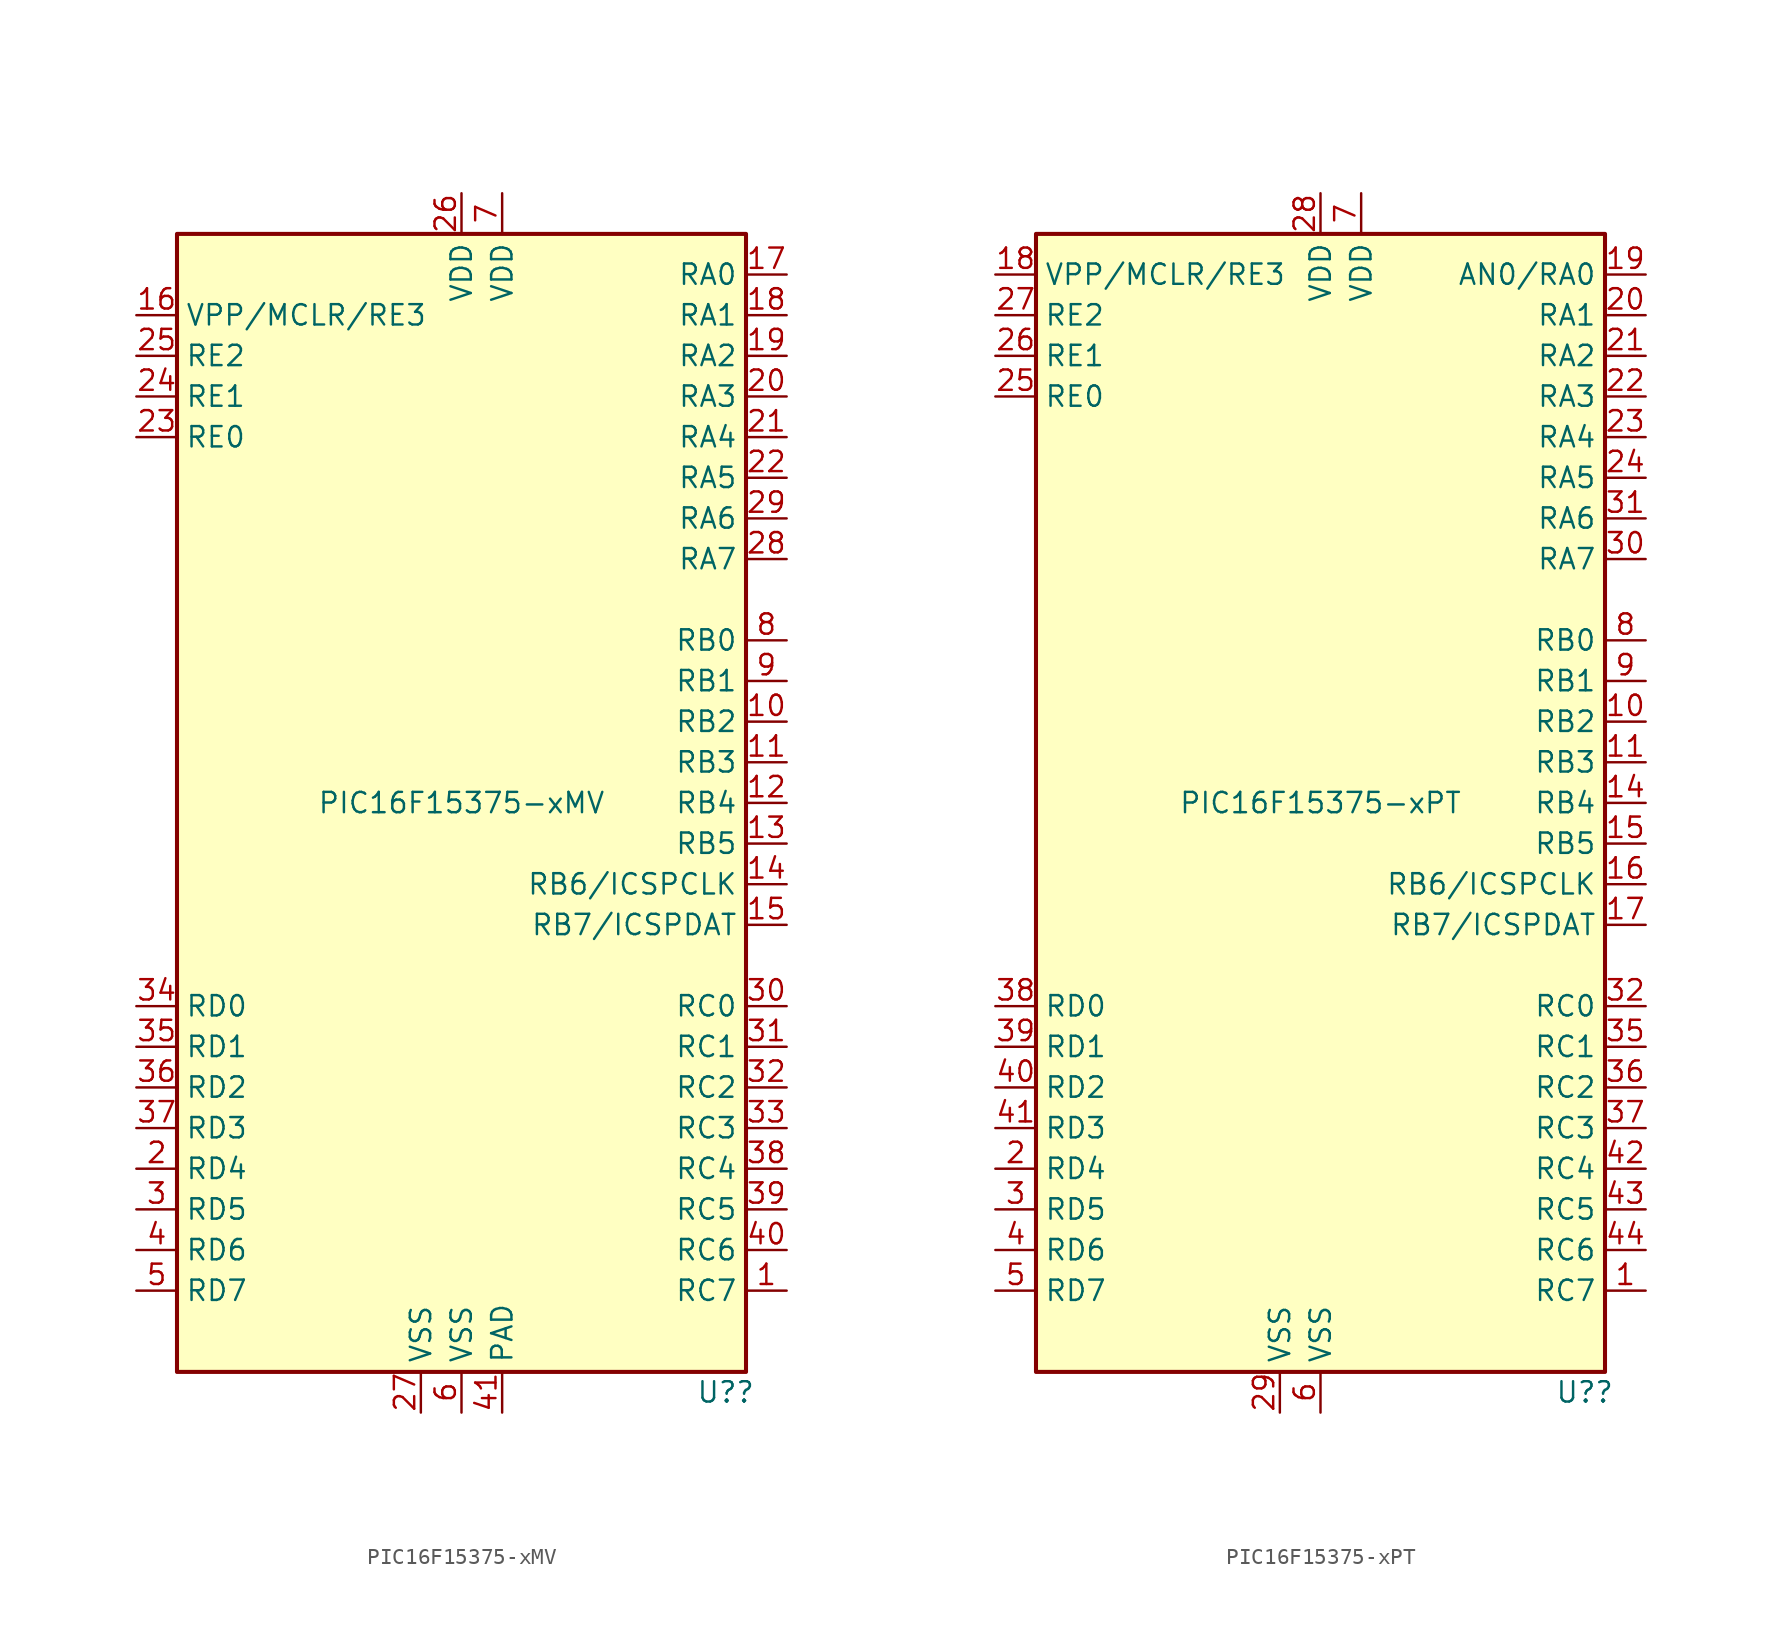
<source format=kicad_sym>
(kicad_symbol_lib
  (version 20241209)
  (generator "kicad_symbol_editor")
  (generator_version "9.0")
  (symbol "PIC16F15375-xMV"
    (property "Reference" "U?"
      (at 16.51 -36.83 0)
      (effects (font (size 1.27 1.27))))
    (property "Value" "PIC16F15375-xMV"
      (at 0 0 0)
      (effects (font (size 1.27 1.27))))
    (symbol "PIC16F15375-xMV_0_0"
      (pin power_in line (at 2.54 -38.1 90) (length 2.54) (name "PAD" (effects (font (size 1.27 1.27)))) (number "41" (effects (font (size 1.27 1.27))))))
    (symbol "PIC16F15375-xMV_0_1"
      (rectangle (start -17.78 35.56) (end 17.78 -35.56) (stroke (width 0.254) (type default)) (fill (type background))))
    (symbol "PIC16F15375-xMV_1_1"
      (pin bidirectional line (at -20.32 30.48 0) (length 2.54) (name "VPP/MCLR/RE3" (effects (font (size 1.27 1.27)))) (number "16" (effects (font (size 1.27 1.27)))))
      (pin bidirectional line (at -20.32 27.94 0) (length 2.54) (name "RE2" (effects (font (size 1.27 1.27)))) (number "25" (effects (font (size 1.27 1.27)))))
      (pin bidirectional line (at -20.32 25.4 0) (length 2.54) (name "RE1" (effects (font (size 1.27 1.27)))) (number "24" (effects (font (size 1.27 1.27)))))
      (pin bidirectional line (at -20.32 22.86 0) (length 2.54) (name "RE0" (effects (font (size 1.27 1.27)))) (number "23" (effects (font (size 1.27 1.27)))))
      (pin bidirectional line (at -20.32 -12.7 0) (length 2.54) (name "RD0" (effects (font (size 1.27 1.27)))) (number "34" (effects (font (size 1.27 1.27)))))
      (pin bidirectional line (at -20.32 -15.24 0) (length 2.54) (name "RD1" (effects (font (size 1.27 1.27)))) (number "35" (effects (font (size 1.27 1.27)))))
      (pin bidirectional line (at -20.32 -17.78 0) (length 2.54) (name "RD2" (effects (font (size 1.27 1.27)))) (number "36" (effects (font (size 1.27 1.27)))))
      (pin bidirectional line (at -20.32 -20.32 0) (length 2.54) (name "RD3" (effects (font (size 1.27 1.27)))) (number "37" (effects (font (size 1.27 1.27)))))
      (pin bidirectional line (at -20.32 -22.86 0) (length 2.54) (name "RD4" (effects (font (size 1.27 1.27)))) (number "2" (effects (font (size 1.27 1.27)))))
      (pin bidirectional line (at -20.32 -25.4 0) (length 2.54) (name "RD5" (effects (font (size 1.27 1.27)))) (number "3" (effects (font (size 1.27 1.27)))))
      (pin bidirectional line (at -20.32 -27.94 0) (length 2.54) (name "RD6" (effects (font (size 1.27 1.27)))) (number "4" (effects (font (size 1.27 1.27)))))
      (pin bidirectional line (at -20.32 -30.48 0) (length 2.54) (name "RD7" (effects (font (size 1.27 1.27)))) (number "5" (effects (font (size 1.27 1.27)))))
      (pin power_in line (at -2.54 -38.1 90) (length 2.54) (name "VSS" (effects (font (size 1.27 1.27)))) (number "27" (effects (font (size 1.27 1.27)))))
      (pin power_in line (at 0 38.1 270) (length 2.54) (name "VDD" (effects (font (size 1.27 1.27)))) (number "26" (effects (font (size 1.27 1.27)))))
      (pin power_in line (at 0 -38.1 90) (length 2.54) (name "VSS" (effects (font (size 1.27 1.27)))) (number "6" (effects (font (size 1.27 1.27)))))
      (pin power_in line (at 2.54 38.1 270) (length 2.54) (name "VDD" (effects (font (size 1.27 1.27)))) (number "7" (effects (font (size 1.27 1.27)))))
      (pin bidirectional line (at 20.32 33.02 180) (length 2.54) (name "RA0" (effects (font (size 1.27 1.27)))) (number "17" (effects (font (size 1.27 1.27)))))
      (pin bidirectional line (at 20.32 30.48 180) (length 2.54) (name "RA1" (effects (font (size 1.27 1.27)))) (number "18" (effects (font (size 1.27 1.27)))))
      (pin bidirectional line (at 20.32 27.94 180) (length 2.54) (name "RA2" (effects (font (size 1.27 1.27)))) (number "19" (effects (font (size 1.27 1.27)))))
      (pin bidirectional line (at 20.32 25.4 180) (length 2.54) (name "RA3" (effects (font (size 1.27 1.27)))) (number "20" (effects (font (size 1.27 1.27)))))
      (pin bidirectional line (at 20.32 22.86 180) (length 2.54) (name "RA4" (effects (font (size 1.27 1.27)))) (number "21" (effects (font (size 1.27 1.27)))))
      (pin bidirectional line (at 20.32 20.32 180) (length 2.54) (name "RA5" (effects (font (size 1.27 1.27)))) (number "22" (effects (font (size 1.27 1.27)))))
      (pin bidirectional line (at 20.32 17.78 180) (length 2.54) (name "RA6" (effects (font (size 1.27 1.27)))) (number "29" (effects (font (size 1.27 1.27)))))
      (pin bidirectional line (at 20.32 15.24 180) (length 2.54) (name "RA7" (effects (font (size 1.27 1.27)))) (number "28" (effects (font (size 1.27 1.27)))))
      (pin bidirectional line (at 20.32 10.16 180) (length 2.54) (name "RB0" (effects (font (size 1.27 1.27)))) (number "8" (effects (font (size 1.27 1.27)))))
      (pin bidirectional line (at 20.32 7.62 180) (length 2.54) (name "RB1" (effects (font (size 1.27 1.27)))) (number "9" (effects (font (size 1.27 1.27)))))
      (pin bidirectional line (at 20.32 5.08 180) (length 2.54) (name "RB2" (effects (font (size 1.27 1.27)))) (number "10" (effects (font (size 1.27 1.27)))))
      (pin bidirectional line (at 20.32 2.54 180) (length 2.54) (name "RB3" (effects (font (size 1.27 1.27)))) (number "11" (effects (font (size 1.27 1.27)))))
      (pin bidirectional line (at 20.32 0 180) (length 2.54) (name "RB4" (effects (font (size 1.27 1.27)))) (number "12" (effects (font (size 1.27 1.27)))))
      (pin bidirectional line (at 20.32 -2.54 180) (length 2.54) (name "RB5" (effects (font (size 1.27 1.27)))) (number "13" (effects (font (size 1.27 1.27)))))
      (pin bidirectional line (at 20.32 -5.08 180) (length 2.54) (name "RB6/ICSPCLK" (effects (font (size 1.27 1.27)))) (number "14" (effects (font (size 1.27 1.27)))))
      (pin bidirectional line (at 20.32 -7.62 180) (length 2.54) (name "RB7/ICSPDAT" (effects (font (size 1.27 1.27)))) (number "15" (effects (font (size 1.27 1.27)))))
      (pin bidirectional line (at 20.32 -12.7 180) (length 2.54) (name "RC0" (effects (font (size 1.27 1.27)))) (number "30" (effects (font (size 1.27 1.27)))))
      (pin bidirectional line (at 20.32 -15.24 180) (length 2.54) (name "RC1" (effects (font (size 1.27 1.27)))) (number "31" (effects (font (size 1.27 1.27)))))
      (pin bidirectional line (at 20.32 -17.78 180) (length 2.54) (name "RC2" (effects (font (size 1.27 1.27)))) (number "32" (effects (font (size 1.27 1.27)))))
      (pin bidirectional line (at 20.32 -20.32 180) (length 2.54) (name "RC3" (effects (font (size 1.27 1.27)))) (number "33" (effects (font (size 1.27 1.27)))))
      (pin bidirectional line (at 20.32 -22.86 180) (length 2.54) (name "RC4" (effects (font (size 1.27 1.27)))) (number "38" (effects (font (size 1.27 1.27)))))
      (pin bidirectional line (at 20.32 -25.4 180) (length 2.54) (name "RC5" (effects (font (size 1.27 1.27)))) (number "39" (effects (font (size 1.27 1.27)))))
      (pin bidirectional line (at 20.32 -27.94 180) (length 2.54) (name "RC6" (effects (font (size 1.27 1.27)))) (number "40" (effects (font (size 1.27 1.27)))))
      (pin bidirectional line (at 20.32 -30.48 180) (length 2.54) (name "RC7" (effects (font (size 1.27 1.27)))) (number "1" (effects (font (size 1.27 1.27)))))))
  (symbol "PIC16F15375-xPT"
    (property "Reference" "U?"
      (at 16.51 -36.83 0)
      (effects (font (size 1.27 1.27))))
    (property "Value" "PIC16F15375-xPT"
      (at 0 0 0)
      (effects (font (size 1.27 1.27))))
    (symbol "PIC16F15375-xPT_0_0"
      (pin no_connect line (at -17.78 7.62 0) (length 2.54) (hide yes) (name "NC" (effects (font (size 1.27 1.27)))) (number "34" (effects (font (size 1.27 1.27)))))
      (pin no_connect line (at -17.78 5.08 0) (length 2.54) (hide yes) (name "NC" (effects (font (size 1.27 1.27)))) (number "12" (effects (font (size 1.27 1.27)))))
      (pin no_connect line (at -17.78 2.54 0) (length 2.54) (hide yes) (name "NC" (effects (font (size 1.27 1.27)))) (number "33" (effects (font (size 1.27 1.27)))))
      (pin no_connect line (at -17.78 0 0) (length 2.54) (hide yes) (name "NC" (effects (font (size 1.27 1.27)))) (number "13" (effects (font (size 1.27 1.27))))))
    (symbol "PIC16F15375-xPT_0_1"
      (rectangle (start -17.78 35.56) (end 17.78 -35.56) (stroke (width 0.254) (type default)) (fill (type background))))
    (symbol "PIC16F15375-xPT_1_1"
      (pin bidirectional line (at -20.32 33.02 0) (length 2.54) (name "VPP/MCLR/RE3" (effects (font (size 1.27 1.27)))) (number "18" (effects (font (size 1.27 1.27)))))
      (pin bidirectional line (at -20.32 30.48 0) (length 2.54) (name "RE2" (effects (font (size 1.27 1.27)))) (number "27" (effects (font (size 1.27 1.27)))))
      (pin bidirectional line (at -20.32 27.94 0) (length 2.54) (name "RE1" (effects (font (size 1.27 1.27)))) (number "26" (effects (font (size 1.27 1.27)))))
      (pin bidirectional line (at -20.32 25.4 0) (length 2.54) (name "RE0" (effects (font (size 1.27 1.27)))) (number "25" (effects (font (size 1.27 1.27)))))
      (pin bidirectional line (at -20.32 -12.7 0) (length 2.54) (name "RD0" (effects (font (size 1.27 1.27)))) (number "38" (effects (font (size 1.27 1.27)))))
      (pin bidirectional line (at -20.32 -15.24 0) (length 2.54) (name "RD1" (effects (font (size 1.27 1.27)))) (number "39" (effects (font (size 1.27 1.27)))))
      (pin bidirectional line (at -20.32 -17.78 0) (length 2.54) (name "RD2" (effects (font (size 1.27 1.27)))) (number "40" (effects (font (size 1.27 1.27)))))
      (pin bidirectional line (at -20.32 -20.32 0) (length 2.54) (name "RD3" (effects (font (size 1.27 1.27)))) (number "41" (effects (font (size 1.27 1.27)))))
      (pin bidirectional line (at -20.32 -22.86 0) (length 2.54) (name "RD4" (effects (font (size 1.27 1.27)))) (number "2" (effects (font (size 1.27 1.27)))))
      (pin bidirectional line (at -20.32 -25.4 0) (length 2.54) (name "RD5" (effects (font (size 1.27 1.27)))) (number "3" (effects (font (size 1.27 1.27)))))
      (pin bidirectional line (at -20.32 -27.94 0) (length 2.54) (name "RD6" (effects (font (size 1.27 1.27)))) (number "4" (effects (font (size 1.27 1.27)))))
      (pin bidirectional line (at -20.32 -30.48 0) (length 2.54) (name "RD7" (effects (font (size 1.27 1.27)))) (number "5" (effects (font (size 1.27 1.27)))))
      (pin power_in line (at -2.54 -38.1 90) (length 2.54) (name "VSS" (effects (font (size 1.27 1.27)))) (number "29" (effects (font (size 1.27 1.27)))))
      (pin power_in line (at 0 38.1 270) (length 2.54) (name "VDD" (effects (font (size 1.27 1.27)))) (number "28" (effects (font (size 1.27 1.27)))))
      (pin power_in line (at 0 -38.1 90) (length 2.54) (name "VSS" (effects (font (size 1.27 1.27)))) (number "6" (effects (font (size 1.27 1.27)))))
      (pin power_in line (at 2.54 38.1 270) (length 2.54) (name "VDD" (effects (font (size 1.27 1.27)))) (number "7" (effects (font (size 1.27 1.27)))))
      (pin bidirectional line (at 20.32 33.02 180) (length 2.54) (name "AN0/RA0" (effects (font (size 1.27 1.27)))) (number "19" (effects (font (size 1.27 1.27)))))
      (pin bidirectional line (at 20.32 30.48 180) (length 2.54) (name "RA1" (effects (font (size 1.27 1.27)))) (number "20" (effects (font (size 1.27 1.27)))))
      (pin bidirectional line (at 20.32 27.94 180) (length 2.54) (name "RA2" (effects (font (size 1.27 1.27)))) (number "21" (effects (font (size 1.27 1.27)))))
      (pin bidirectional line (at 20.32 25.4 180) (length 2.54) (name "RA3" (effects (font (size 1.27 1.27)))) (number "22" (effects (font (size 1.27 1.27)))))
      (pin bidirectional line (at 20.32 22.86 180) (length 2.54) (name "RA4" (effects (font (size 1.27 1.27)))) (number "23" (effects (font (size 1.27 1.27)))))
      (pin bidirectional line (at 20.32 20.32 180) (length 2.54) (name "RA5" (effects (font (size 1.27 1.27)))) (number "24" (effects (font (size 1.27 1.27)))))
      (pin bidirectional line (at 20.32 17.78 180) (length 2.54) (name "RA6" (effects (font (size 1.27 1.27)))) (number "31" (effects (font (size 1.27 1.27)))))
      (pin bidirectional line (at 20.32 15.24 180) (length 2.54) (name "RA7" (effects (font (size 1.27 1.27)))) (number "30" (effects (font (size 1.27 1.27)))))
      (pin bidirectional line (at 20.32 10.16 180) (length 2.54) (name "RB0" (effects (font (size 1.27 1.27)))) (number "8" (effects (font (size 1.27 1.27)))))
      (pin bidirectional line (at 20.32 7.62 180) (length 2.54) (name "RB1" (effects (font (size 1.27 1.27)))) (number "9" (effects (font (size 1.27 1.27)))))
      (pin bidirectional line (at 20.32 5.08 180) (length 2.54) (name "RB2" (effects (font (size 1.27 1.27)))) (number "10" (effects (font (size 1.27 1.27)))))
      (pin bidirectional line (at 20.32 2.54 180) (length 2.54) (name "RB3" (effects (font (size 1.27 1.27)))) (number "11" (effects (font (size 1.27 1.27)))))
      (pin bidirectional line (at 20.32 0 180) (length 2.54) (name "RB4" (effects (font (size 1.27 1.27)))) (number "14" (effects (font (size 1.27 1.27)))))
      (pin bidirectional line (at 20.32 -2.54 180) (length 2.54) (name "RB5" (effects (font (size 1.27 1.27)))) (number "15" (effects (font (size 1.27 1.27)))))
      (pin bidirectional line (at 20.32 -5.08 180) (length 2.54) (name "RB6/ICSPCLK" (effects (font (size 1.27 1.27)))) (number "16" (effects (font (size 1.27 1.27)))))
      (pin bidirectional line (at 20.32 -7.62 180) (length 2.54) (name "RB7/ICSPDAT" (effects (font (size 1.27 1.27)))) (number "17" (effects (font (size 1.27 1.27)))))
      (pin bidirectional line (at 20.32 -12.7 180) (length 2.54) (name "RC0" (effects (font (size 1.27 1.27)))) (number "32" (effects (font (size 1.27 1.27)))))
      (pin bidirectional line (at 20.32 -15.24 180) (length 2.54) (name "RC1" (effects (font (size 1.27 1.27)))) (number "35" (effects (font (size 1.27 1.27)))))
      (pin bidirectional line (at 20.32 -17.78 180) (length 2.54) (name "RC2" (effects (font (size 1.27 1.27)))) (number "36" (effects (font (size 1.27 1.27)))))
      (pin bidirectional line (at 20.32 -20.32 180) (length 2.54) (name "RC3" (effects (font (size 1.27 1.27)))) (number "37" (effects (font (size 1.27 1.27)))))
      (pin bidirectional line (at 20.32 -22.86 180) (length 2.54) (name "RC4" (effects (font (size 1.27 1.27)))) (number "42" (effects (font (size 1.27 1.27)))))
      (pin bidirectional line (at 20.32 -25.4 180) (length 2.54) (name "RC5" (effects (font (size 1.27 1.27)))) (number "43" (effects (font (size 1.27 1.27)))))
      (pin bidirectional line (at 20.32 -27.94 180) (length 2.54) (name "RC6" (effects (font (size 1.27 1.27)))) (number "44" (effects (font (size 1.27 1.27)))))
      (pin bidirectional line (at 20.32 -30.48 180) (length 2.54) (name "RC7" (effects (font (size 1.27 1.27)))) (number "1" (effects (font (size 1.27 1.27))))))))
</source>
